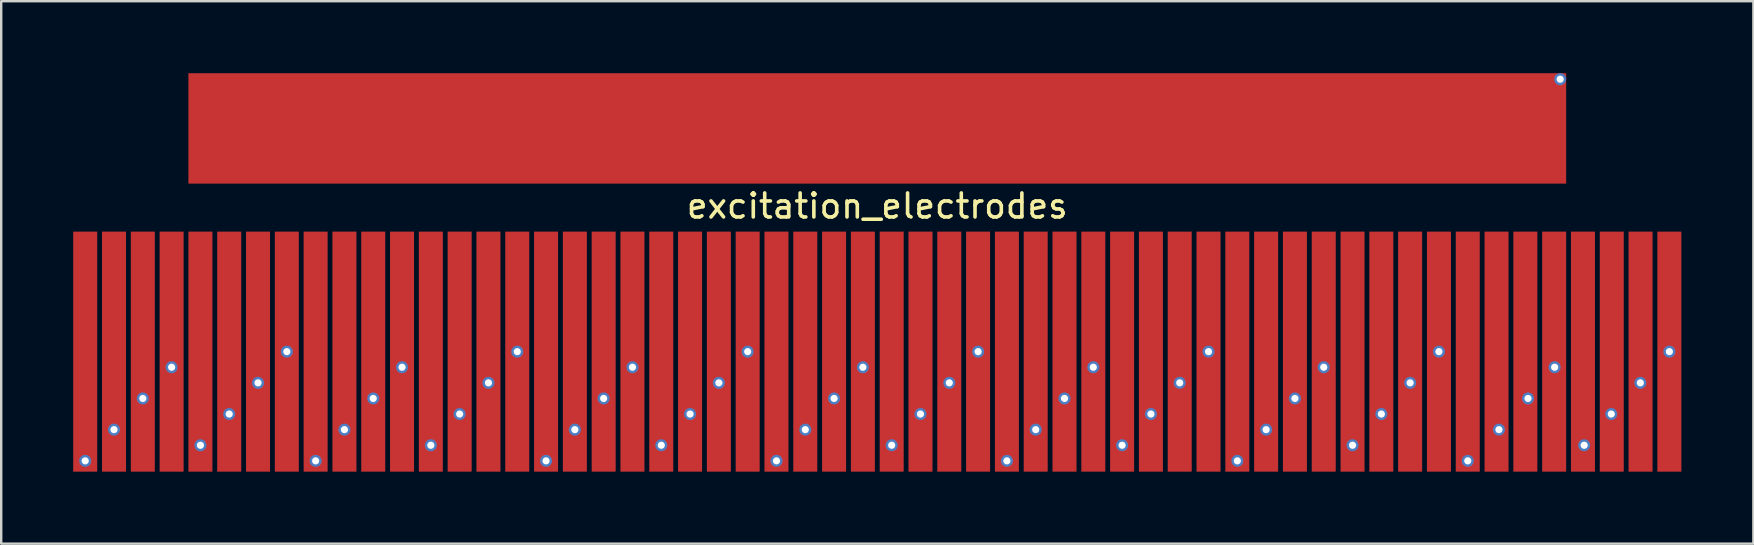
<source format=kicad_pcb>
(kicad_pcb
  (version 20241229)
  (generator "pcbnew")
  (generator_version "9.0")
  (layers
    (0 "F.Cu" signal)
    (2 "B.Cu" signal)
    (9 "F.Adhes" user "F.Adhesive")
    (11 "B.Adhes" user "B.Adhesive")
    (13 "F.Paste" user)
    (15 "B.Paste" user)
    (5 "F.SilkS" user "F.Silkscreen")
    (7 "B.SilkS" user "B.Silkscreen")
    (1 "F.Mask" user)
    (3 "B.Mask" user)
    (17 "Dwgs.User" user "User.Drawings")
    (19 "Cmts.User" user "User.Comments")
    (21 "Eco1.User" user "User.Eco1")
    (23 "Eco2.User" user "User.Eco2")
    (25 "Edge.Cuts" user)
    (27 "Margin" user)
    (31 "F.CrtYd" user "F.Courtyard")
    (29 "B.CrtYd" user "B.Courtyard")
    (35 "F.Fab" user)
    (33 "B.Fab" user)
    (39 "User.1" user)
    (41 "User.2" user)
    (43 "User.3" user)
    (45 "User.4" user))
  (footprint "excitation_electrodes"
    (layer "F.Cu")
    (at 4.7 11.6)
    (property "Reference" "excitation_electrodes" (at 28.8 -6.067 0) (layer "F.SilkS") (effects (font (size 1 1) (thickness 0.15))))
    (attr through_hole)
    (pad "1" smd rect (at -4.2 0) (size 1 10) (layers "F.Cu"))
    (pad "1" thru_hole circle (at -4.2 4.55) (size 0.5 0.5) (drill 0.3) (layers "*.Cu"))
    (pad "1" smd rect (at 5.4 0) (size 1 10) (layers "F.Cu"))
    (pad "1" thru_hole circle (at 5.4 4.55) (size 0.5 0.5) (drill 0.3) (layers "*.Cu"))
    (pad "1" smd rect (at 15 0) (size 1 10) (layers "F.Cu"))
    (pad "1" thru_hole circle (at 15 4.55) (size 0.5 0.5) (drill 0.3) (layers "*.Cu"))
    (pad "1" smd rect (at 24.6 0) (size 1 10) (layers "F.Cu"))
    (pad "1" thru_hole circle (at 24.6 4.55) (size 0.5 0.5) (drill 0.3) (layers "*.Cu"))
    (pad "1" smd rect (at 34.2 0) (size 1 10) (layers "F.Cu"))
    (pad "1" thru_hole circle (at 34.2 4.55) (size 0.5 0.5) (drill 0.3) (layers "*.Cu"))
    (pad "1" smd rect (at 43.8 0) (size 1 10) (layers "F.Cu"))
    (pad "1" thru_hole circle (at 43.8 4.55) (size 0.5 0.5) (drill 0.3) (layers "*.Cu"))
    (pad "1" smd rect (at 53.4 0) (size 1 10) (layers "F.Cu"))
    (pad "1" thru_hole circle (at 53.4 4.55) (size 0.5 0.5) (drill 0.3) (layers "*.Cu" "B.Mask"))
    (pad "2" smd rect (at -3 0) (size 1 10) (layers "F.Cu"))
    (pad "2" thru_hole circle (at -3 3.25) (size 0.5 0.5) (drill 0.3) (layers "*.Cu"))
    (pad "2" smd rect (at 6.6 0) (size 1 10) (layers "F.Cu"))
    (pad "2" thru_hole circle (at 6.6 3.25) (size 0.5 0.5) (drill 0.3) (layers "*.Cu"))
    (pad "2" smd rect (at 16.2 0) (size 1 10) (layers "F.Cu"))
    (pad "2" thru_hole circle (at 16.2 3.25) (size 0.5 0.5) (drill 0.3) (layers "*.Cu"))
    (pad "2" smd rect (at 25.8 0) (size 1 10) (layers "F.Cu"))
    (pad "2" thru_hole circle (at 25.8 3.25) (size 0.5 0.5) (drill 0.3) (layers "*.Cu"))
    (pad "2" smd rect (at 35.4 0) (size 1 10) (layers "F.Cu"))
    (pad "2" thru_hole circle (at 35.4 3.25) (size 0.5 0.5) (drill 0.3) (layers "*.Cu"))
    (pad "2" smd rect (at 45 0) (size 1 10) (layers "F.Cu"))
    (pad "2" thru_hole circle (at 45 3.25) (size 0.5 0.5) (drill 0.3) (layers "*.Cu"))
    (pad "2" smd rect (at 54.6 0) (size 1 10) (layers "F.Cu"))
    (pad "2" thru_hole circle (at 54.7 3.25) (size 0.5 0.5) (drill 0.3) (layers "*.Cu" "B.Mask"))
    (pad "3" smd rect (at -1.8 0) (size 1 10) (layers "F.Cu"))
    (pad "3" thru_hole circle (at -1.8 1.95) (size 0.5 0.5) (drill 0.3) (layers "*.Cu"))
    (pad "3" smd rect (at 7.8 0) (size 1 10) (layers "F.Cu"))
    (pad "3" thru_hole circle (at 7.8 1.95) (size 0.5 0.5) (drill 0.3) (layers "*.Cu"))
    (pad "3" smd rect (at 17.4 0) (size 1 10) (layers "F.Cu"))
    (pad "3" thru_hole circle (at 17.4 1.95) (size 0.5 0.5) (drill 0.3) (layers "*.Cu"))
    (pad "3" smd rect (at 27 0) (size 1 10) (layers "F.Cu"))
    (pad "3" thru_hole circle (at 27 1.95) (size 0.5 0.5) (drill 0.3) (layers "*.Cu"))
    (pad "3" smd rect (at 36.6 0) (size 1 10) (layers "F.Cu"))
    (pad "3" thru_hole circle (at 36.6 1.95) (size 0.5 0.5) (drill 0.3) (layers "*.Cu"))
    (pad "3" smd rect (at 46.2 0) (size 1 10) (layers "F.Cu"))
    (pad "3" thru_hole circle (at 46.2 1.95) (size 0.5 0.5) (drill 0.3) (layers "*.Cu"))
    (pad "3" smd rect (at 55.8 0) (size 1 10) (layers "F.Cu"))
    (pad "3" thru_hole circle (at 55.91 1.95) (size 0.5 0.5) (drill 0.3) (layers "*.Cu" "B.Mask"))
    (pad "4" smd rect (at -0.6 0) (size 1 10) (layers "F.Cu"))
    (pad "4" thru_hole circle (at -0.6 0.65) (size 0.5 0.5) (drill 0.3) (layers "*.Cu"))
    (pad "4" smd rect (at 9 0) (size 1 10) (layers "F.Cu"))
    (pad "4" thru_hole circle (at 9 0.65) (size 0.5 0.5) (drill 0.3) (layers "*.Cu"))
    (pad "4" smd rect (at 18.6 0) (size 1 10) (layers "F.Cu"))
    (pad "4" thru_hole circle (at 18.6 0.65) (size 0.5 0.5) (drill 0.3) (layers "*.Cu"))
    (pad "4" smd rect (at 28.2 0) (size 1 10) (layers "F.Cu"))
    (pad "4" thru_hole circle (at 28.2 0.65) (size 0.5 0.5) (drill 0.3) (layers "*.Cu"))
    (pad "4" smd rect (at 37.8 0) (size 1 10) (layers "F.Cu"))
    (pad "4" thru_hole circle (at 37.8 0.65) (size 0.5 0.5) (drill 0.3) (layers "*.Cu"))
    (pad "4" smd rect (at 47.4 0) (size 1 10) (layers "F.Cu"))
    (pad "4" thru_hole circle (at 47.4 0.65) (size 0.5 0.5) (drill 0.3) (layers "*.Cu"))
    (pad "4" smd rect (at 57 0) (size 1 10) (layers "F.Cu"))
    (pad "4" thru_hole circle (at 57.02 0.65) (size 0.5 0.5) (drill 0.3) (layers "*.Cu" "B.Mask"))
    (pad "5" smd rect (at 0.6 0) (size 1 10) (layers "F.Cu"))
    (pad "5" thru_hole circle (at 0.6 3.9) (size 0.5 0.5) (drill 0.3) (layers "*.Cu"))
    (pad "5" smd rect (at 10.2 0) (size 1 10) (layers "F.Cu"))
    (pad "5" thru_hole circle (at 10.2 3.9) (size 0.5 0.5) (drill 0.3) (layers "*.Cu"))
    (pad "5" smd rect (at 19.8 0) (size 1 10) (layers "F.Cu"))
    (pad "5" thru_hole circle (at 19.8 3.9) (size 0.5 0.5) (drill 0.3) (layers "*.Cu"))
    (pad "5" smd rect (at 29.4 0) (size 1 10) (layers "F.Cu"))
    (pad "5" thru_hole circle (at 29.4 3.9) (size 0.5 0.5) (drill 0.3) (layers "*.Cu"))
    (pad "5" smd rect (at 39 0) (size 1 10) (layers "F.Cu"))
    (pad "5" thru_hole circle (at 39 3.9) (size 0.5 0.5) (drill 0.3) (layers "*.Cu"))
    (pad "5" smd rect (at 48.6 0) (size 1 10) (layers "F.Cu"))
    (pad "5" thru_hole circle (at 48.6 3.9) (size 0.5 0.5) (drill 0.3) (layers "*.Cu"))
    (pad "5" smd rect (at 58.2 0) (size 1 10) (layers "F.Cu"))
    (pad "5" thru_hole circle (at 58.25 3.9) (size 0.5 0.5) (drill 0.3) (layers "*.Cu" "B.Mask"))
    (pad "6" smd rect (at 1.8 0) (size 1 10) (layers "F.Cu"))
    (pad "6" thru_hole circle (at 1.8 2.6) (size 0.5 0.5) (drill 0.3) (layers "*.Cu"))
    (pad "6" smd rect (at 11.4 0) (size 1 10) (layers "F.Cu"))
    (pad "6" thru_hole circle (at 11.4 2.6) (size 0.5 0.5) (drill 0.3) (layers "*.Cu"))
    (pad "6" smd rect (at 21 0) (size 1 10) (layers "F.Cu"))
    (pad "6" thru_hole circle (at 21 2.6) (size 0.5 0.5) (drill 0.3) (layers "*.Cu"))
    (pad "6" smd rect (at 30.6 0) (size 1 10) (layers "F.Cu"))
    (pad "6" thru_hole circle (at 30.6 2.6) (size 0.5 0.5) (drill 0.3) (layers "*.Cu"))
    (pad "6" smd rect (at 40.2 0) (size 1 10) (layers "F.Cu"))
    (pad "6" thru_hole circle (at 40.2 2.6) (size 0.5 0.5) (drill 0.3) (layers "*.Cu"))
    (pad "6" smd rect (at 49.8 0) (size 1 10) (layers "F.Cu"))
    (pad "6" thru_hole circle (at 49.8 2.6) (size 0.5 0.5) (drill 0.3) (layers "*.Cu"))
    (pad "6" thru_hole circle (at 59.38 2.6) (size 0.5 0.5) (drill 0.3) (layers "*.Cu" "B.Mask"))
    (pad "6" smd rect (at 59.4 0) (size 1 10) (layers "F.Cu"))
    (pad "7" smd rect (at 3 0) (size 1 10) (layers "F.Cu"))
    (pad "7" thru_hole circle (at 3 1.3) (size 0.5 0.5) (drill 0.3) (layers "*.Cu"))
    (pad "7" smd rect (at 12.6 0) (size 1 10) (layers "F.Cu"))
    (pad "7" thru_hole circle (at 12.6 1.3) (size 0.5 0.5) (drill 0.3) (layers "*.Cu"))
    (pad "7" smd rect (at 22.2 0) (size 1 10) (layers "F.Cu"))
    (pad "7" thru_hole circle (at 22.2 1.3) (size 0.5 0.5) (drill 0.3) (layers "*.Cu"))
    (pad "7" smd rect (at 31.8 0) (size 1 10) (layers "F.Cu"))
    (pad "7" thru_hole circle (at 31.8 1.3) (size 0.5 0.5) (drill 0.3) (layers "*.Cu"))
    (pad "7" smd rect (at 41.4 0) (size 1 10) (layers "F.Cu"))
    (pad "7" thru_hole circle (at 41.4 1.3) (size 0.5 0.5) (drill 0.3) (layers "*.Cu"))
    (pad "7" smd rect (at 51 0) (size 1 10) (layers "F.Cu"))
    (pad "7" thru_hole circle (at 51 1.3) (size 0.5 0.5) (drill 0.3) (layers "*.Cu"))
    (pad "7" thru_hole circle (at 60.59 1.3) (size 0.5 0.5) (drill 0.3) (layers "*.Cu" "B.Mask"))
    (pad "7" smd rect (at 60.6 0) (size 1 10) (layers "F.Cu"))
    (pad "8" thru_hole circle (at 4.2 0) (size 0.5 0.5) (drill 0.3) (layers "*.Cu"))
    (pad "8" smd rect (at 4.2 0) (size 1 10) (layers "F.Cu"))
    (pad "8" thru_hole circle (at 13.8 0) (size 0.5 0.5) (drill 0.3) (layers "*.Cu"))
    (pad "8" smd rect (at 13.8 0) (size 1 10) (layers "F.Cu"))
    (pad "8" thru_hole circle (at 23.4 0) (size 0.5 0.5) (drill 0.3) (layers "*.Cu"))
    (pad "8" smd rect (at 23.4 0) (size 1 10) (layers "F.Cu"))
    (pad "8" thru_hole circle (at 33 0) (size 0.5 0.5) (drill 0.3) (layers "*.Cu"))
    (pad "8" smd rect (at 33 0) (size 1 10) (layers "F.Cu"))
    (pad "8" thru_hole circle (at 42.6 0) (size 0.5 0.5) (drill 0.3) (layers "*.Cu"))
    (pad "8" smd rect (at 42.6 0) (size 1 10) (layers "F.Cu"))
    (pad "8" thru_hole circle (at 52.2 0) (size 0.5 0.5) (drill 0.3) (layers "*.Cu"))
    (pad "8" smd rect (at 52.2 0) (size 1 10) (layers "F.Cu"))
    (pad "8" thru_hole circle (at 61.8 0) (size 0.5 0.5) (drill 0.3) (layers "*.Cu" "B.Mask"))
    (pad "8" smd rect (at 61.8 0) (size 1 10) (layers "F.Cu"))
    (pad "9" smd rect (at 28.8 -9.3 270) (size 4.6 57.4) (layers "F.Cu"))
    (pad "9" thru_hole circle (at 57.25 -11.35) (size 0.5 0.5) (drill 0.3) (layers "*.Cu" "B.Mask")))
  (gr_rect
    (start -3 -3)
    (end 70 19.6)
    (stroke (width 0.1) (type default))
    (fill no)
    (layer "Edge.Cuts")))
</source>
